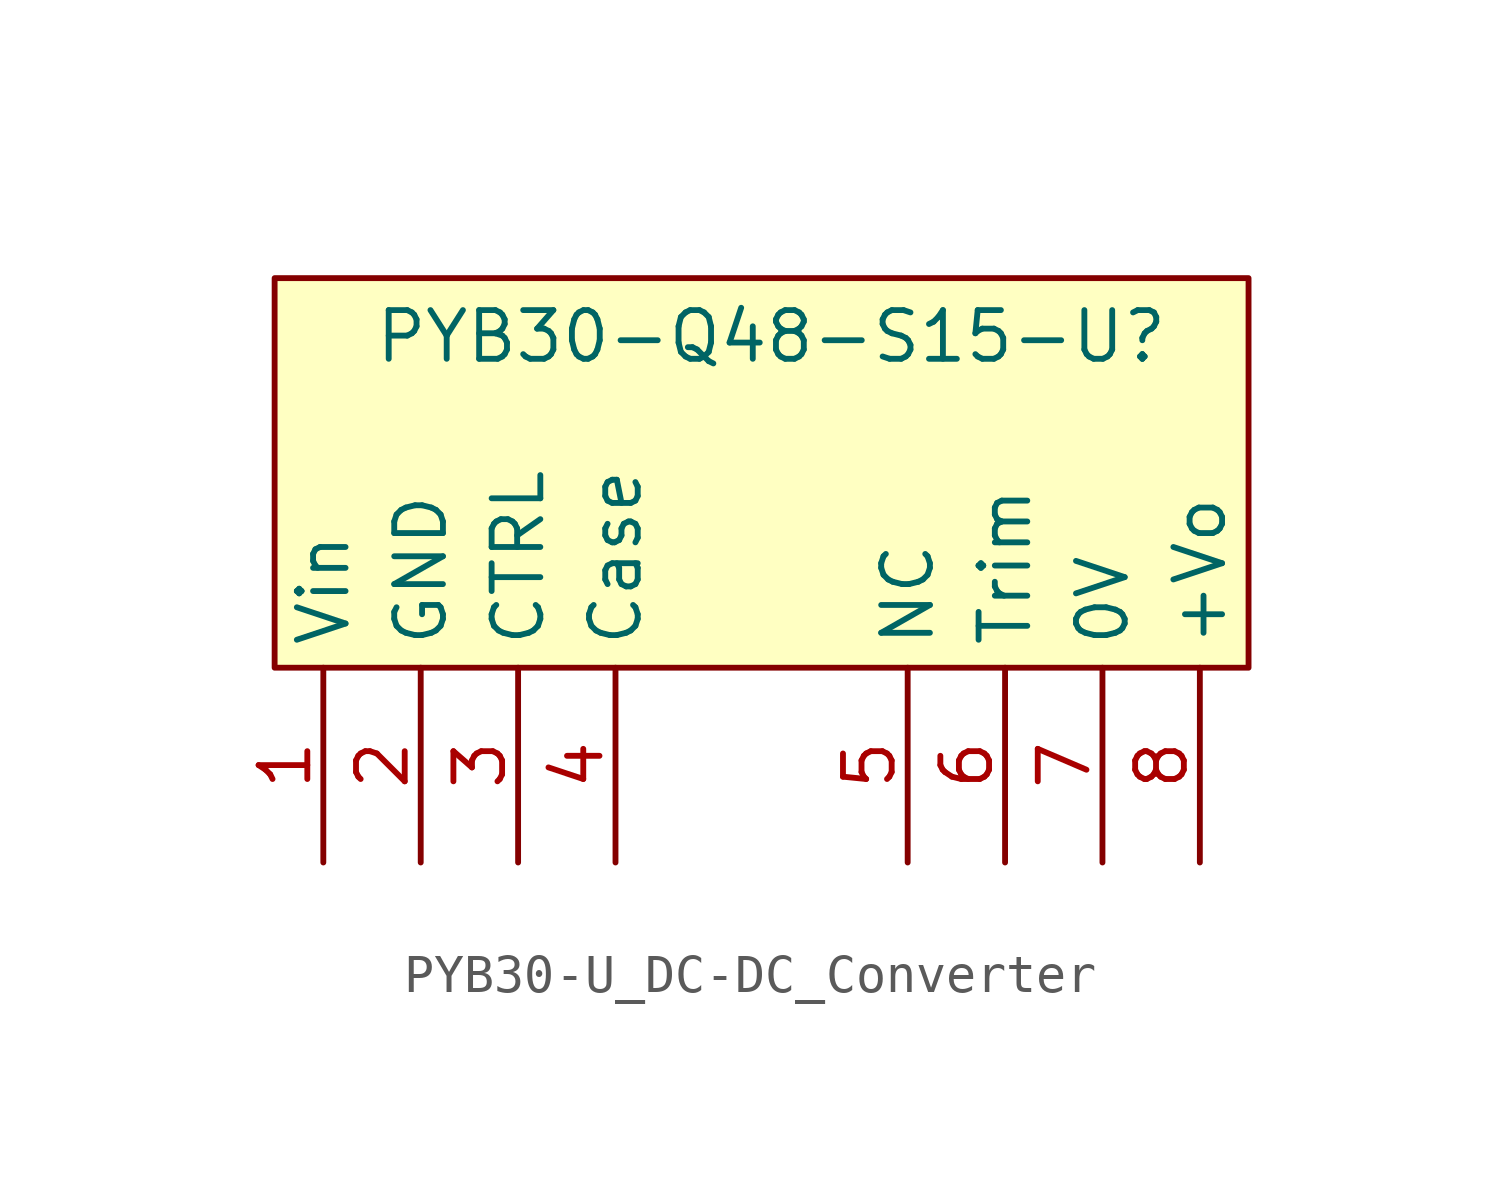
<source format=kicad_sym>
(kicad_symbol_lib
  (version 20231120)
  (generator "kicad_symbol_editor")
  (generator_version "8.0")
  (symbol "PYB30-U_DC-DC_Converter"
    (property "Reference" "PYB30-Q48-S15-U"
      (at 11.684 -2.794 0)
      (effects (font (size 1.27 1.27))))
    (property "Value" ""
      (at 0 0 0)
      (effects (font (size 1.27 1.27))))
    (symbol "PYB30-U_DC-DC_Converter_0_1"
      (rectangle (start -1.27 -1.27) (end 24.13 -11.43) (stroke (width 0) (type default)) (fill (type color) (color 255 255 194 1))))
    (symbol "PYB30-U_DC-DC_Converter_1_0"
      (pin power_in line (at 0 -16.51 90) (length 5.08) (name "Vin" (effects (font (size 1.27 1.27)))) (number "1" (effects (font (size 1.27 1.27)))))
      (pin power_in line (at 2.54 -16.51 90) (length 5.08) (name "GND" (effects (font (size 1.27 1.27)))) (number "2" (effects (font (size 1.27 1.27)))))
      (pin free line (at 5.08 -16.51 90) (length 5.08) (name "CTRL" (effects (font (size 1.27 1.27)))) (number "3" (effects (font (size 1.27 1.27)))))
      (pin free line (at 7.62 -16.51 90) (length 5.08) (name "Case" (effects (font (size 1.27 1.27)))) (number "4" (effects (font (size 1.27 1.27)))))
      (pin free line (at 15.24 -16.51 90) (length 5.08) (name "NC" (effects (font (size 1.27 1.27)))) (number "5" (effects (font (size 1.27 1.27)))))
      (pin free line (at 17.78 -16.51 90) (length 5.08) (name "Trim" (effects (font (size 1.27 1.27)))) (number "6" (effects (font (size 1.27 1.27)))))
      (pin power_out line (at 20.32 -16.51 90) (length 5.08) (name "0V" (effects (font (size 1.27 1.27)))) (number "7" (effects (font (size 1.27 1.27)))))
      (pin power_out line (at 22.86 -16.51 90) (length 5.08) (name "+Vo" (effects (font (size 1.27 1.27)))) (number "8" (effects (font (size 1.27 1.27))))))))
</source>
